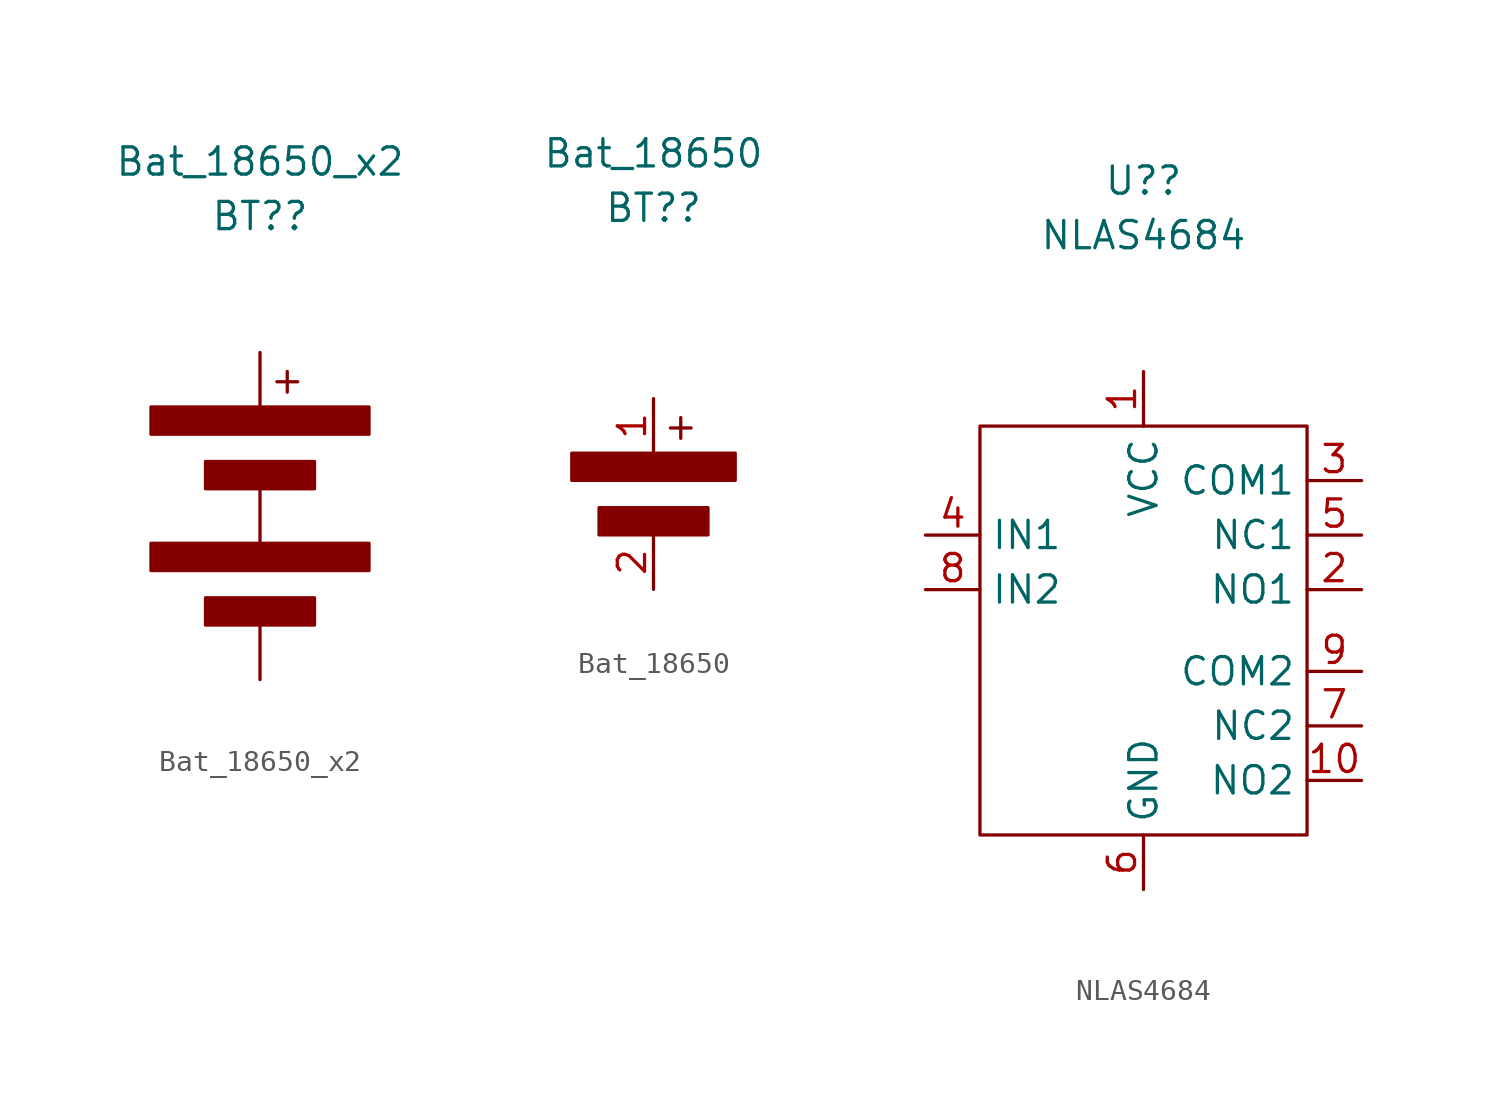
<source format=kicad_sym>
(kicad_symbol_lib
  (version 20211014)
  (generator kicad_symbol_editor)
  (symbol "Bat_18650_x2"
    (property "Reference" "BT?"
      (at 0 -2.54 0)
      (effects (font (size 1.27 1.27))))
    (property "Value" "Bat_18650_x2"
      (at 0 0 0)
      (effects (font (size 1.27 1.27))))
    (symbol "Bat_18650_x2_0_0"
      (rectangle (start -5.08 -17.78) (end 5.08 -19.05) (stroke (width 0) (type default) (color 0 0 0 0)) (fill (type outline)))
      (rectangle (start -5.08 -11.43) (end 5.08 -12.7) (stroke (width 0) (type default) (color 0 0 0 0)) (fill (type outline)))
      (rectangle (start -2.54 -20.32) (end 2.54 -21.59) (stroke (width 0) (type default) (color 0 0 0 0)) (fill (type outline)))
      (rectangle (start -2.54 -13.97) (end 2.54 -15.24) (stroke (width 0) (type default) (color 0 0 0 0)) (fill (type outline)))
      (text "+" (at 1.27 -10.16 0) (effects (font (size 1.27 1.27)))))
    (symbol "Bat_18650_x2_1_1"
      (pin input line (at 0 -24.13 90) (length 2.54) (name "" (effects (font (size 1.27 1.27)))) (number "" (effects (font (size 1.27 1.27)))))
      (pin free line (at 0 -15.24 270) (length 2.54) (name "" (effects (font (size 1.27 1.27)))) (number "" (effects (font (size 1.27 1.27)))))
      (pin output line (at 0 -8.89 270) (length 2.54) (name "" (effects (font (size 1.27 1.27)))) (number "" (effects (font (size 1.27 1.27)))))))
  (symbol "Bat_18650"
    (property "Reference" "BT?"
      (at 0 -2.54 0)
      (effects (font (size 1.27 1.27))))
    (property "Value" "Bat_18650"
      (at 0 0 0)
      (effects (font (size 1.27 1.27))))
    (symbol "Bat_18650_0_0"
      (text "+" (at 1.27 -12.7 0) (effects (font (size 1.27 1.27)))))
    (symbol "Bat_18650_0_1"
      (rectangle (start -3.81 -13.97) (end 3.81 -15.24) (stroke (width 0) (type default) (color 0 0 0 0)) (fill (type outline)))
      (rectangle (start -2.54 -16.51) (end 2.54 -17.78) (stroke (width 0) (type default) (color 0 0 0 0)) (fill (type outline))))
    (symbol "Bat_18650_1_1"
      (pin passive line (at 0 -11.43 270) (length 2.54) (name "" (effects (font (size 1.27 1.27)))) (number "1" (effects (font (size 1.27 1.27)))))
      (pin passive line (at 0 -20.32 90) (length 2.54) (name "" (effects (font (size 1.27 1.27)))) (number "2" (effects (font (size 1.27 1.27)))))))
  (symbol "NLAS4684"
    (property "Reference" "U?"
      (at 0 2.54 0)
      (effects (font (size 1.27 1.27))))
    (property "Value" "NLAS4684"
      (at 0 0 0)
      (effects (font (size 1.27 1.27))))
    (symbol "NLAS4684_0_1"
      (rectangle (start -7.62 -8.89) (end 7.62 -27.94) (stroke (width 0) (type default) (color 0 0 0 0)) (fill (type none))))
    (symbol "NLAS4684_1_1"
      (pin input line (at 0 -6.35 270) (length 2.54) (name "VCC" (effects (font (size 1.27 1.27)))) (number "1" (effects (font (size 1.27 1.27)))))
      (pin bidirectional line (at 10.16 -25.4 180) (length 2.54) (name "NO2" (effects (font (size 1.27 1.27)))) (number "10" (effects (font (size 1.27 1.27)))))
      (pin bidirectional line (at 10.16 -16.51 180) (length 2.54) (name "NO1" (effects (font (size 1.27 1.27)))) (number "2" (effects (font (size 1.27 1.27)))))
      (pin bidirectional line (at 10.16 -11.43 180) (length 2.54) (name "COM1" (effects (font (size 1.27 1.27)))) (number "3" (effects (font (size 1.27 1.27)))))
      (pin input line (at -10.16 -13.97 0) (length 2.54) (name "IN1" (effects (font (size 1.27 1.27)))) (number "4" (effects (font (size 1.27 1.27)))))
      (pin bidirectional line (at 10.16 -13.97 180) (length 2.54) (name "NC1" (effects (font (size 1.27 1.27)))) (number "5" (effects (font (size 1.27 1.27)))))
      (pin input line (at 0 -30.48 90) (length 2.54) (name "GND" (effects (font (size 1.27 1.27)))) (number "6" (effects (font (size 1.27 1.27)))))
      (pin bidirectional line (at 10.16 -22.86 180) (length 2.54) (name "NC2" (effects (font (size 1.27 1.27)))) (number "7" (effects (font (size 1.27 1.27)))))
      (pin input line (at -10.16 -16.51 0) (length 2.54) (name "IN2" (effects (font (size 1.27 1.27)))) (number "8" (effects (font (size 1.27 1.27)))))
      (pin bidirectional line (at 10.16 -20.32 180) (length 2.54) (name "COM2" (effects (font (size 1.27 1.27)))) (number "9" (effects (font (size 1.27 1.27))))))))
</source>
